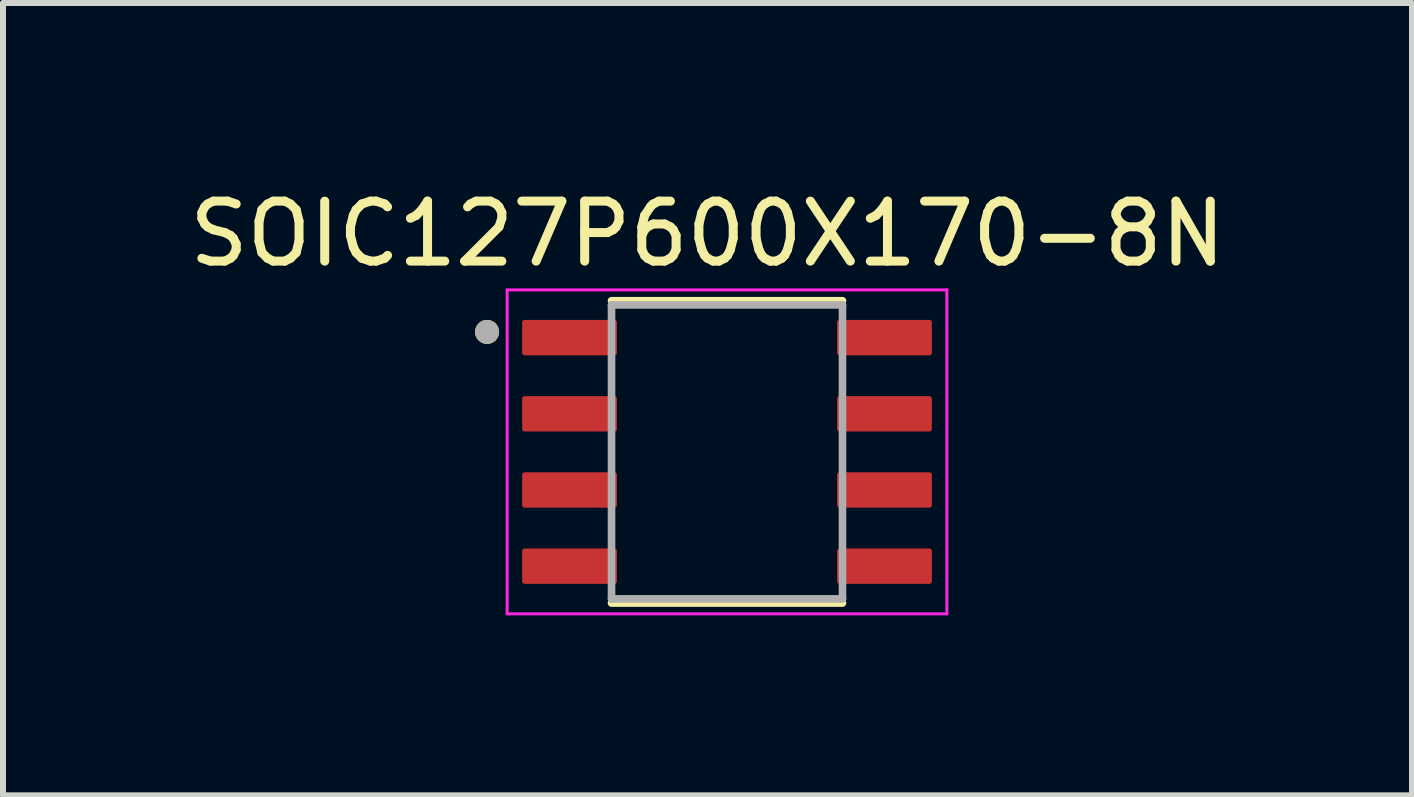
<source format=kicad_pcb>
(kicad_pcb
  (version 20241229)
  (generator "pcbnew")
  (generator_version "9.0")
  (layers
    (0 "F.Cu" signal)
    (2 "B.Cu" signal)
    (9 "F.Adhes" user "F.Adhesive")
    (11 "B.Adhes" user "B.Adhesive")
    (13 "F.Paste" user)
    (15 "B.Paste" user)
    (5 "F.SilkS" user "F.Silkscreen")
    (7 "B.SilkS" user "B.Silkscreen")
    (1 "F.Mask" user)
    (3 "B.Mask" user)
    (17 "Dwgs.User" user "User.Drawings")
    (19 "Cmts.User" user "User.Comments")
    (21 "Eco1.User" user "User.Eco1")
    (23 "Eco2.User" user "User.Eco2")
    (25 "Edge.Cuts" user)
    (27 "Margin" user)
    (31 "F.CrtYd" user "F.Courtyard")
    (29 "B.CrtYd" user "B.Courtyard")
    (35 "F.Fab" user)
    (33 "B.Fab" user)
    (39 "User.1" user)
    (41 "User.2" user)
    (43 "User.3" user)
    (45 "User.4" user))
  (footprint "SOIC127P600X170-8N"
    (layer "F.Cu")
    (at 9.069 4.483)
    (property "Reference" "SOIC127P600X170-8N" (at -0.325 -3.635 0) (layer "F.SilkS") (effects (font (size 1 1) (thickness 0.15))))
    (attr through_hole)
    (fp_line (start -1.925 2.52) (end 1.925 2.52) (stroke (width 0.127) (type solid)) (layer "F.SilkS"))
    (fp_line (start 1.925 -2.52) (end -1.925 -2.52) (stroke (width 0.127) (type solid)) (layer "F.SilkS"))
    (fp_circle (center -4 -2) (end -3.9 -2) (stroke (width 0.2) (type solid)) (fill no) (layer "F.SilkS"))
    (fp_line (start -3.665 -2.7) (end 3.665 -2.7) (stroke (width 0.05) (type solid)) (layer "F.CrtYd"))
    (fp_line (start -3.665 2.7) (end -3.665 -2.7) (stroke (width 0.05) (type solid)) (layer "F.CrtYd"))
    (fp_line (start 3.665 -2.7) (end 3.665 2.7) (stroke (width 0.05) (type solid)) (layer "F.CrtYd"))
    (fp_line (start 3.665 2.7) (end -3.665 2.7) (stroke (width 0.05) (type solid)) (layer "F.CrtYd"))
    (fp_line (start -1.925 -2.45) (end -1.925 2.45) (stroke (width 0.127) (type solid)) (layer "F.Fab"))
    (fp_line (start -1.925 2.45) (end 1.925 2.45) (stroke (width 0.127) (type solid)) (layer "F.Fab"))
    (fp_line (start 1.925 -2.45) (end -1.925 -2.45) (stroke (width 0.127) (type solid)) (layer "F.Fab"))
    (fp_line (start 1.925 2.45) (end 1.925 -2.45) (stroke (width 0.127) (type solid)) (layer "F.Fab"))
    (fp_circle (center -4 -2) (end -3.9 -2) (stroke (width 0.2) (type solid)) (fill no) (layer "F.Fab"))
    (pad "1" smd roundrect (at -2.625 -1.905) (size 1.58 0.59) (layers "F.Cu" "F.Mask" "F.Paste") (roundrect_rratio 0.07))
    (pad "2" smd roundrect (at -2.625 -0.635) (size 1.58 0.59) (layers "F.Cu" "F.Mask" "F.Paste") (roundrect_rratio 0.07))
    (pad "3" smd roundrect (at -2.625 0.635) (size 1.58 0.59) (layers "F.Cu" "F.Mask" "F.Paste") (roundrect_rratio 0.07))
    (pad "4" smd roundrect (at -2.625 1.905) (size 1.58 0.59) (layers "F.Cu" "F.Mask" "F.Paste") (roundrect_rratio 0.07))
    (pad "5" smd roundrect (at 2.625 1.905 180) (size 1.58 0.59) (layers "F.Cu" "F.Mask" "F.Paste") (roundrect_rratio 0.07))
    (pad "6" smd roundrect (at 2.625 0.635 180) (size 1.58 0.59) (layers "F.Cu" "F.Mask" "F.Paste") (roundrect_rratio 0.07))
    (pad "7" smd roundrect (at 2.625 -0.635 180) (size 1.58 0.59) (layers "F.Cu" "F.Mask" "F.Paste") (roundrect_rratio 0.07))
    (pad "8" smd roundrect (at 2.625 -1.905 180) (size 1.58 0.59) (layers "F.Cu" "F.Mask" "F.Paste") (roundrect_rratio 0.07)))
  (gr_rect
    (start -3 -3)
    (end 20.488 10.208)
    (stroke (width 0.1) (type default))
    (fill no)
    (layer "Edge.Cuts")))
</source>
